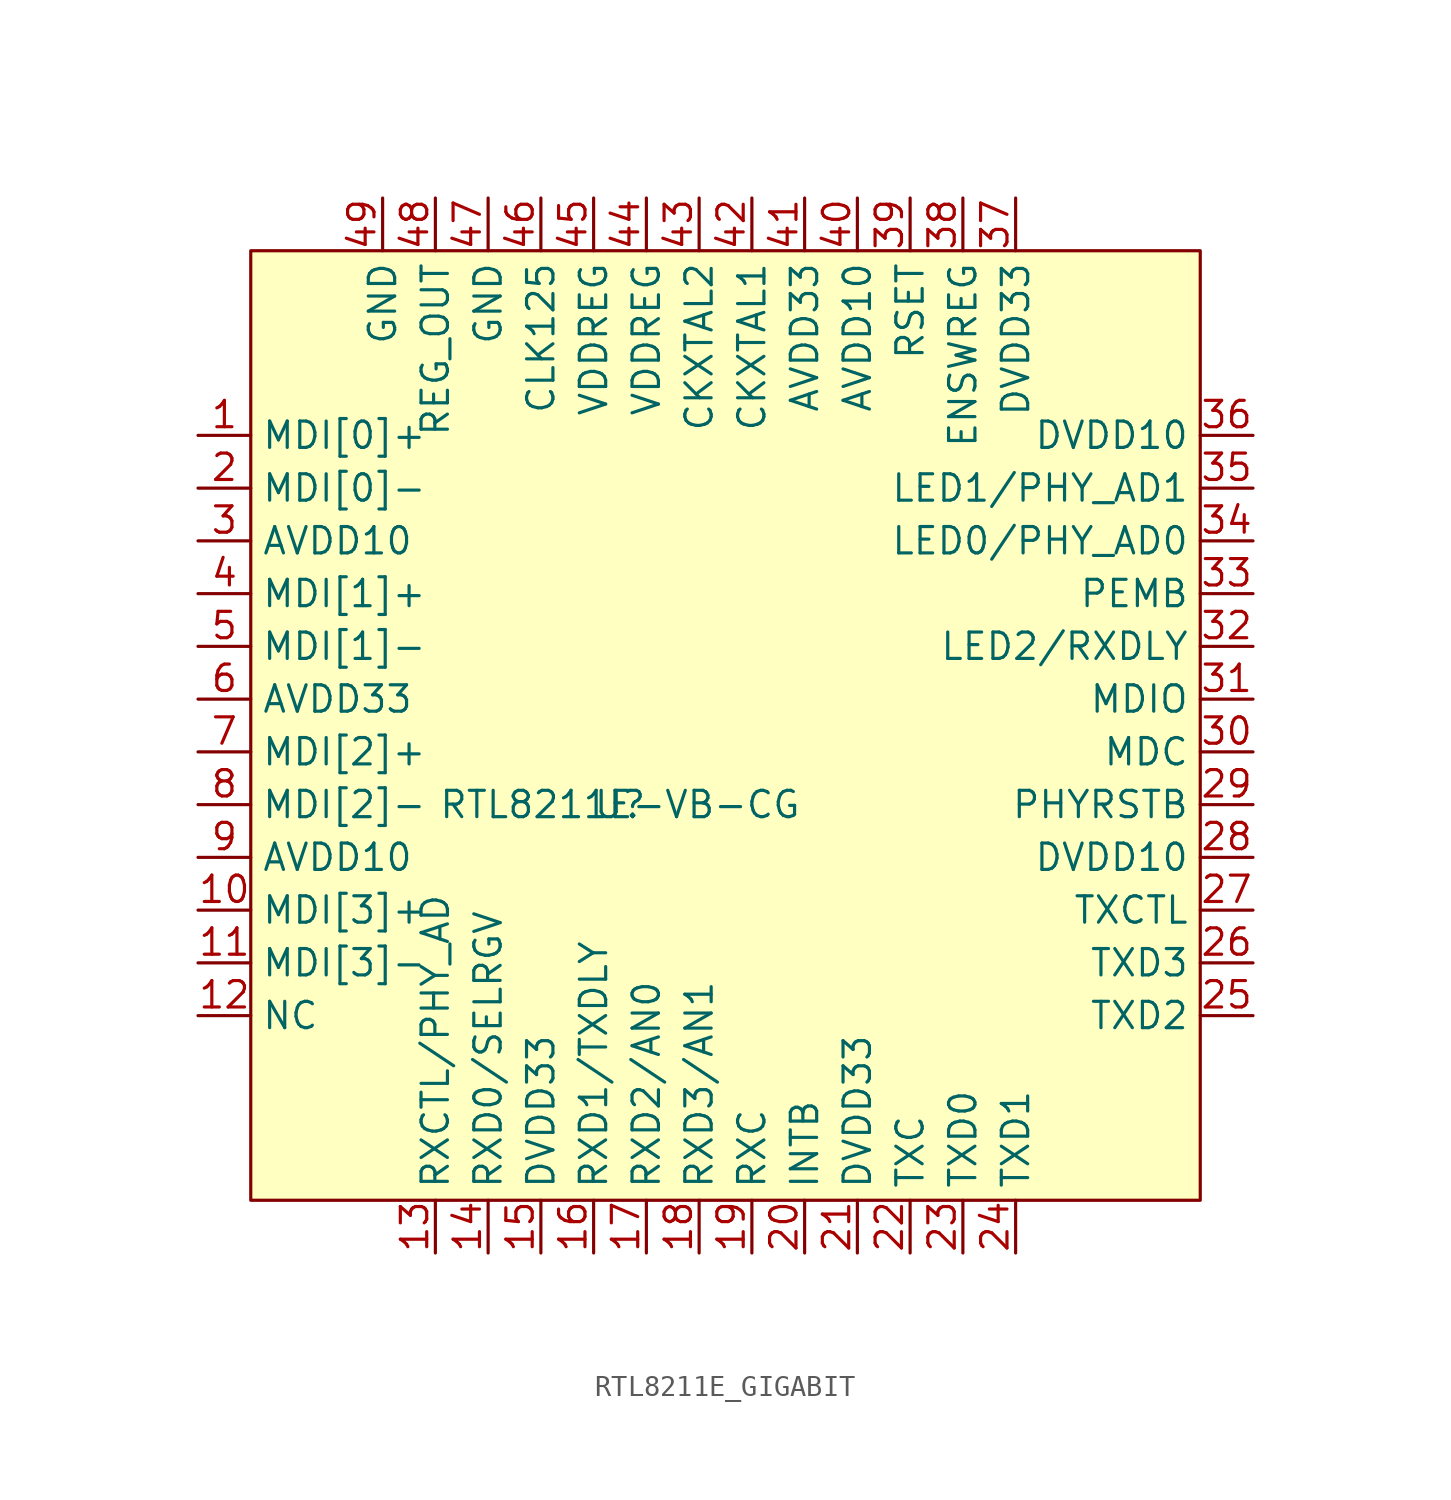
<source format=kicad_sym>
(kicad_symbol_lib
  (version 20220914)
  (generator kicad_symbol_editor)
  (symbol "RTL8211E_GIGABIT"
    (property "Reference" "U"
      (at -5.08 -3.81 0)
      (effects (font (size 1.27 1.27))))
    (property "Value" "RTL8211E-VB-CG"
      (at -5.08 -3.81 0)
      (effects (font (size 1.27 1.27))))
    (symbol "RTL8211E_GIGABIT_1_1"
      (rectangle (start -22.86 22.86) (end 22.86 -22.86) (stroke (width 0) (type default)) (fill (type background)))
      (pin bidirectional line (at -25.4 13.97 0) (length 2.54) (name "MDI[0]+" (effects (font (size 1.27 1.27)))) (number "1" (effects (font (size 1.27 1.27)))))
      (pin bidirectional line (at -25.4 -8.89 0) (length 2.54) (name "MDI[3]+" (effects (font (size 1.27 1.27)))) (number "10" (effects (font (size 1.27 1.27)))))
      (pin bidirectional line (at -25.4 -11.43 0) (length 2.54) (name "MDI[3]-" (effects (font (size 1.27 1.27)))) (number "11" (effects (font (size 1.27 1.27)))))
      (pin bidirectional line (at -25.4 -13.97 0) (length 2.54) (name "NC" (effects (font (size 1.27 1.27)))) (number "12" (effects (font (size 1.27 1.27)))))
      (pin bidirectional line (at -13.97 -25.4 90) (length 2.54) (name "RXCTL/PHY_AD" (effects (font (size 1.27 1.27)))) (number "13" (effects (font (size 1.27 1.27)))))
      (pin bidirectional line (at -11.43 -25.4 90) (length 2.54) (name "RXD0/SELRGV" (effects (font (size 1.27 1.27)))) (number "14" (effects (font (size 1.27 1.27)))))
      (pin bidirectional line (at -8.89 -25.4 90) (length 2.54) (name "DVDD33" (effects (font (size 1.27 1.27)))) (number "15" (effects (font (size 1.27 1.27)))))
      (pin bidirectional line (at -6.35 -25.4 90) (length 2.54) (name "RXD1/TXDLY" (effects (font (size 1.27 1.27)))) (number "16" (effects (font (size 1.27 1.27)))))
      (pin bidirectional line (at -3.81 -25.4 90) (length 2.54) (name "RXD2/AN0" (effects (font (size 1.27 1.27)))) (number "17" (effects (font (size 1.27 1.27)))))
      (pin bidirectional line (at -1.27 -25.4 90) (length 2.54) (name "RXD3/AN1" (effects (font (size 1.27 1.27)))) (number "18" (effects (font (size 1.27 1.27)))))
      (pin bidirectional line (at 1.27 -25.4 90) (length 2.54) (name "RXC" (effects (font (size 1.27 1.27)))) (number "19" (effects (font (size 1.27 1.27)))))
      (pin bidirectional line (at -25.4 11.43 0) (length 2.54) (name "MDI[0]-" (effects (font (size 1.27 1.27)))) (number "2" (effects (font (size 1.27 1.27)))))
      (pin bidirectional line (at 3.81 -25.4 90) (length 2.54) (name "INTB" (effects (font (size 1.27 1.27)))) (number "20" (effects (font (size 1.27 1.27)))))
      (pin bidirectional line (at 6.35 -25.4 90) (length 2.54) (name "DVDD33" (effects (font (size 1.27 1.27)))) (number "21" (effects (font (size 1.27 1.27)))))
      (pin bidirectional line (at 8.89 -25.4 90) (length 2.54) (name "TXC" (effects (font (size 1.27 1.27)))) (number "22" (effects (font (size 1.27 1.27)))))
      (pin bidirectional line (at 11.43 -25.4 90) (length 2.54) (name "TXD0" (effects (font (size 1.27 1.27)))) (number "23" (effects (font (size 1.27 1.27)))))
      (pin bidirectional line (at 13.97 -25.4 90) (length 2.54) (name "TXD1" (effects (font (size 1.27 1.27)))) (number "24" (effects (font (size 1.27 1.27)))))
      (pin bidirectional line (at 25.4 -13.97 180) (length 2.54) (name "TXD2" (effects (font (size 1.27 1.27)))) (number "25" (effects (font (size 1.27 1.27)))))
      (pin bidirectional line (at 25.4 -11.43 180) (length 2.54) (name "TXD3" (effects (font (size 1.27 1.27)))) (number "26" (effects (font (size 1.27 1.27)))))
      (pin bidirectional line (at 25.4 -8.89 180) (length 2.54) (name "TXCTL" (effects (font (size 1.27 1.27)))) (number "27" (effects (font (size 1.27 1.27)))))
      (pin bidirectional line (at 25.4 -6.35 180) (length 2.54) (name "DVDD10" (effects (font (size 1.27 1.27)))) (number "28" (effects (font (size 1.27 1.27)))))
      (pin bidirectional line (at 25.4 -3.81 180) (length 2.54) (name "PHYRSTB" (effects (font (size 1.27 1.27)))) (number "29" (effects (font (size 1.27 1.27)))))
      (pin bidirectional line (at -25.4 8.89 0) (length 2.54) (name "AVDD10" (effects (font (size 1.27 1.27)))) (number "3" (effects (font (size 1.27 1.27)))))
      (pin bidirectional line (at 25.4 -1.27 180) (length 2.54) (name "MDC" (effects (font (size 1.27 1.27)))) (number "30" (effects (font (size 1.27 1.27)))))
      (pin bidirectional line (at 25.4 1.27 180) (length 2.54) (name "MDIO" (effects (font (size 1.27 1.27)))) (number "31" (effects (font (size 1.27 1.27)))))
      (pin bidirectional line (at 25.4 3.81 180) (length 2.54) (name "LED2/RXDLY" (effects (font (size 1.27 1.27)))) (number "32" (effects (font (size 1.27 1.27)))))
      (pin bidirectional line (at 25.4 6.35 180) (length 2.54) (name "PEMB" (effects (font (size 1.27 1.27)))) (number "33" (effects (font (size 1.27 1.27)))))
      (pin bidirectional line (at 25.4 8.89 180) (length 2.54) (name "LED0/PHY_AD0" (effects (font (size 1.27 1.27)))) (number "34" (effects (font (size 1.27 1.27)))))
      (pin bidirectional line (at 25.4 11.43 180) (length 2.54) (name "LED1/PHY_AD1" (effects (font (size 1.27 1.27)))) (number "35" (effects (font (size 1.27 1.27)))))
      (pin bidirectional line (at 25.4 13.97 180) (length 2.54) (name "DVDD10" (effects (font (size 1.27 1.27)))) (number "36" (effects (font (size 1.27 1.27)))))
      (pin bidirectional line (at 13.97 25.4 270) (length 2.54) (name "DVDD33" (effects (font (size 1.27 1.27)))) (number "37" (effects (font (size 1.27 1.27)))))
      (pin bidirectional line (at 11.43 25.4 270) (length 2.54) (name "ENSWREG" (effects (font (size 1.27 1.27)))) (number "38" (effects (font (size 1.27 1.27)))))
      (pin bidirectional line (at 8.89 25.4 270) (length 2.54) (name "RSET" (effects (font (size 1.27 1.27)))) (number "39" (effects (font (size 1.27 1.27)))))
      (pin bidirectional line (at -25.4 6.35 0) (length 2.54) (name "MDI[1]+" (effects (font (size 1.27 1.27)))) (number "4" (effects (font (size 1.27 1.27)))))
      (pin bidirectional line (at 6.35 25.4 270) (length 2.54) (name "AVDD10" (effects (font (size 1.27 1.27)))) (number "40" (effects (font (size 1.27 1.27)))))
      (pin bidirectional line (at 3.81 25.4 270) (length 2.54) (name "AVDD33" (effects (font (size 1.27 1.27)))) (number "41" (effects (font (size 1.27 1.27)))))
      (pin bidirectional line (at 1.27 25.4 270) (length 2.54) (name "CKXTAL1" (effects (font (size 1.27 1.27)))) (number "42" (effects (font (size 1.27 1.27)))))
      (pin bidirectional line (at -1.27 25.4 270) (length 2.54) (name "CKXTAL2" (effects (font (size 1.27 1.27)))) (number "43" (effects (font (size 1.27 1.27)))))
      (pin bidirectional line (at -3.81 25.4 270) (length 2.54) (name "VDDREG" (effects (font (size 1.27 1.27)))) (number "44" (effects (font (size 1.27 1.27)))))
      (pin bidirectional line (at -6.35 25.4 270) (length 2.54) (name "VDDREG" (effects (font (size 1.27 1.27)))) (number "45" (effects (font (size 1.27 1.27)))))
      (pin bidirectional line (at -8.89 25.4 270) (length 2.54) (name "CLK125" (effects (font (size 1.27 1.27)))) (number "46" (effects (font (size 1.27 1.27)))))
      (pin bidirectional line (at -11.43 25.4 270) (length 2.54) (name "GND" (effects (font (size 1.27 1.27)))) (number "47" (effects (font (size 1.27 1.27)))))
      (pin bidirectional line (at -13.97 25.4 270) (length 2.54) (name "REG_OUT" (effects (font (size 1.27 1.27)))) (number "48" (effects (font (size 1.27 1.27)))))
      (pin bidirectional line (at -16.51 25.4 270) (length 2.54) (name "GND" (effects (font (size 1.27 1.27)))) (number "49" (effects (font (size 1.27 1.27)))))
      (pin bidirectional line (at -25.4 3.81 0) (length 2.54) (name "MDI[1]-" (effects (font (size 1.27 1.27)))) (number "5" (effects (font (size 1.27 1.27)))))
      (pin bidirectional line (at -25.4 1.27 0) (length 2.54) (name "AVDD33" (effects (font (size 1.27 1.27)))) (number "6" (effects (font (size 1.27 1.27)))))
      (pin bidirectional line (at -25.4 -1.27 0) (length 2.54) (name "MDI[2]+" (effects (font (size 1.27 1.27)))) (number "7" (effects (font (size 1.27 1.27)))))
      (pin bidirectional line (at -25.4 -3.81 0) (length 2.54) (name "MDI[2]-" (effects (font (size 1.27 1.27)))) (number "8" (effects (font (size 1.27 1.27)))))
      (pin bidirectional line (at -25.4 -6.35 0) (length 2.54) (name "AVDD10" (effects (font (size 1.27 1.27)))) (number "9" (effects (font (size 1.27 1.27))))))))
</source>
